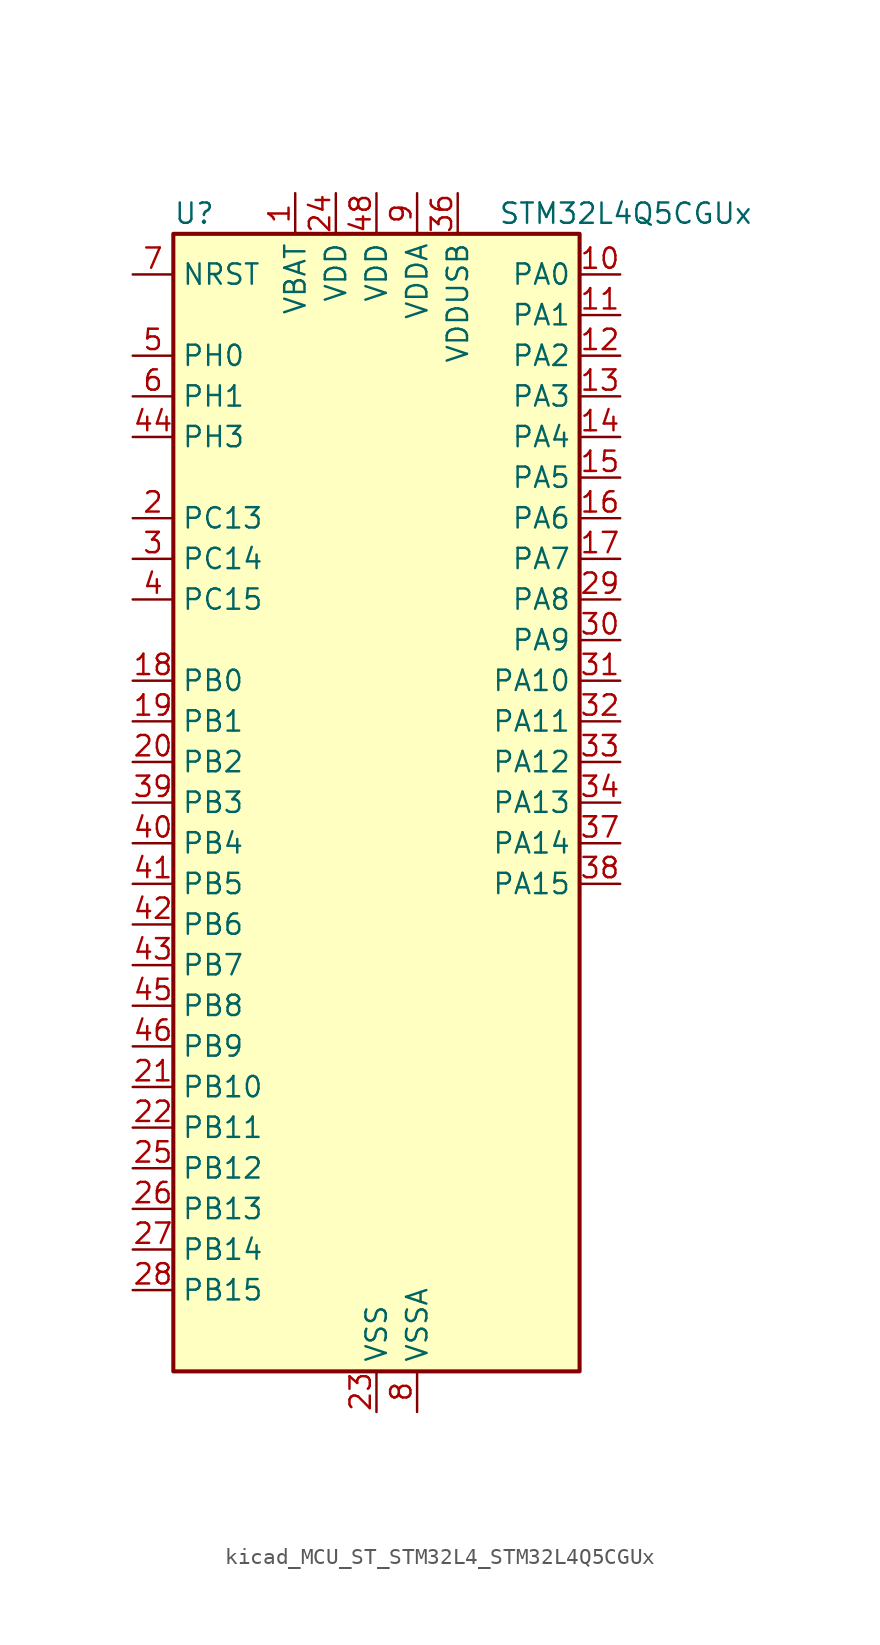
<source format=kicad_sym>
(kicad_symbol_lib
  (version 20220914)
  (generator kicad_symbol_editor)
  (symbol "kicad_MCU_ST_STM32L4_STM32L4Q5CGUx"
    (property "Reference" "U"
      (at -12.7 36.83 0)
      (effects (font (size 1.27 1.27)) (justify left)))
    (property "Value" "STM32L4Q5CGUx"
      (at 7.62 36.83 0)
      (effects (font (size 1.27 1.27)) (justify left)))
    (property "ki_locked" ""
      (at 0 0 0)
      (effects (font (size 1.27 1.27))))
    (symbol "kicad_MCU_ST_STM32L4_STM32L4Q5CGUx_0_1"
      (rectangle (start -12.7 -35.56) (end 12.7 35.56) (stroke (width 0.254) (type default)) (fill (type background))))
    (symbol "kicad_MCU_ST_STM32L4_STM32L4Q5CGUx_1_1"
      (pin power_in line (at -5.08 38.1 270) (length 2.54) (name "VBAT" (effects (font (size 1.27 1.27)))) (number "1" (effects (font (size 1.27 1.27)))))
      (pin bidirectional line (at 15.24 33.02 180) (length 2.54) (name "PA0" (effects (font (size 1.27 1.27)))) (number "10" (effects (font (size 1.27 1.27)))) (alternate "ADC1_IN5" bidirectional line) (alternate "ADC2_IN5" bidirectional line) (alternate "OPAMP1_VINP" bidirectional line) (alternate "RTC_TAMP2" bidirectional line) (alternate "SAI1_EXTCLK" bidirectional line) (alternate "SYS_WKUP1" bidirectional line) (alternate "TIM2_CH1" bidirectional line) (alternate "TIM2_ETR" bidirectional line) (alternate "TIM5_CH1" bidirectional line) (alternate "TIM8_ETR" bidirectional line) (alternate "UART4_TX" bidirectional line) (alternate "USART2_CTS" bidirectional line) (alternate "USART2_NSS" bidirectional line))
      (pin bidirectional line (at 15.24 30.48 180) (length 2.54) (name "PA1" (effects (font (size 1.27 1.27)))) (number "11" (effects (font (size 1.27 1.27)))) (alternate "ADC1_IN6" bidirectional line) (alternate "ADC2_IN6" bidirectional line) (alternate "I2C1_SMBA" bidirectional line) (alternate "OCTOSPIM_P1_DQS" bidirectional line) (alternate "OPAMP1_VINM" bidirectional line) (alternate "SDMMC2_CMD" bidirectional line) (alternate "SPI1_SCK" bidirectional line) (alternate "TIM15_CH1N" bidirectional line) (alternate "TIM2_CH2" bidirectional line) (alternate "TIM5_CH2" bidirectional line) (alternate "UART4_RX" bidirectional line) (alternate "USART2_DE" bidirectional line) (alternate "USART2_RTS" bidirectional line))
      (pin bidirectional line (at 15.24 27.94 180) (length 2.54) (name "PA2" (effects (font (size 1.27 1.27)))) (number "12" (effects (font (size 1.27 1.27)))) (alternate "ADC1_IN7" bidirectional line) (alternate "ADC2_IN7" bidirectional line) (alternate "LPUART1_TX" bidirectional line) (alternate "OCTOSPIM_P1_NCS" bidirectional line) (alternate "RCC_LSCO" bidirectional line) (alternate "SAI2_EXTCLK" bidirectional line) (alternate "SYS_WKUP4" bidirectional line) (alternate "TIM15_CH1" bidirectional line) (alternate "TIM2_CH3" bidirectional line) (alternate "TIM5_CH3" bidirectional line) (alternate "USART2_TX" bidirectional line))
      (pin bidirectional line (at 15.24 25.4 180) (length 2.54) (name "PA3" (effects (font (size 1.27 1.27)))) (number "13" (effects (font (size 1.27 1.27)))) (alternate "ADC1_IN8" bidirectional line) (alternate "ADC2_IN8" bidirectional line) (alternate "LPUART1_RX" bidirectional line) (alternate "OCTOSPIM_P1_CLK" bidirectional line) (alternate "OPAMP1_VOUT" bidirectional line) (alternate "SAI1_CK1" bidirectional line) (alternate "SAI1_MCLK_A" bidirectional line) (alternate "TIM15_CH2" bidirectional line) (alternate "TIM2_CH4" bidirectional line) (alternate "TIM5_CH4" bidirectional line) (alternate "USART2_RX" bidirectional line))
      (pin bidirectional line (at 15.24 22.86 180) (length 2.54) (name "PA4" (effects (font (size 1.27 1.27)))) (number "14" (effects (font (size 1.27 1.27)))) (alternate "ADC1_IN9" bidirectional line) (alternate "ADC2_IN9" bidirectional line) (alternate "DAC1_OUT1" bidirectional line) (alternate "LPTIM2_OUT" bidirectional line) (alternate "LTDC_CLK" bidirectional line) (alternate "OCTOSPIM_P1_NCS" bidirectional line) (alternate "SAI1_FS_B" bidirectional line) (alternate "SPI1_NSS" bidirectional line) (alternate "SPI3_NSS" bidirectional line) (alternate "USART2_CK" bidirectional line))
      (pin bidirectional line (at 15.24 20.32 180) (length 2.54) (name "PA5" (effects (font (size 1.27 1.27)))) (number "15" (effects (font (size 1.27 1.27)))) (alternate "ADC1_IN10" bidirectional line) (alternate "ADC2_IN10" bidirectional line) (alternate "DAC1_OUT2" bidirectional line) (alternate "LPTIM2_ETR" bidirectional line) (alternate "LTDC_R7" bidirectional line) (alternate "SPI1_SCK" bidirectional line) (alternate "TIM2_CH1" bidirectional line) (alternate "TIM2_ETR" bidirectional line) (alternate "TIM8_CH1N" bidirectional line))
      (pin bidirectional line (at 15.24 17.78 180) (length 2.54) (name "PA6" (effects (font (size 1.27 1.27)))) (number "16" (effects (font (size 1.27 1.27)))) (alternate "ADC1_IN11" bidirectional line) (alternate "ADC2_IN11" bidirectional line) (alternate "LPUART1_CTS" bidirectional line) (alternate "OCTOSPIM_P1_IO3" bidirectional line) (alternate "OPAMP2_VINP" bidirectional line) (alternate "SPI1_MISO" bidirectional line) (alternate "TIM16_CH1" bidirectional line) (alternate "TIM1_BKIN" bidirectional line) (alternate "TIM3_CH1" bidirectional line) (alternate "TIM8_BKIN" bidirectional line) (alternate "USART3_CTS" bidirectional line) (alternate "USART3_NSS" bidirectional line))
      (pin bidirectional line (at 15.24 15.24 180) (length 2.54) (name "PA7" (effects (font (size 1.27 1.27)))) (number "17" (effects (font (size 1.27 1.27)))) (alternate "ADC1_IN12" bidirectional line) (alternate "ADC2_IN12" bidirectional line) (alternate "I2C3_SCL" bidirectional line) (alternate "OCTOSPIM_P1_IO2" bidirectional line) (alternate "OPAMP2_VINM" bidirectional line) (alternate "SPI1_MOSI" bidirectional line) (alternate "TIM17_CH1" bidirectional line) (alternate "TIM1_CH1N" bidirectional line) (alternate "TIM3_CH2" bidirectional line) (alternate "TIM8_CH1N" bidirectional line))
      (pin bidirectional line (at -15.24 7.62 0) (length 2.54) (name "PB0" (effects (font (size 1.27 1.27)))) (number "18" (effects (font (size 1.27 1.27)))) (alternate "ADC1_IN15" bidirectional line) (alternate "ADC2_IN15" bidirectional line) (alternate "COMP1_OUT" bidirectional line) (alternate "LTDC_B6" bidirectional line) (alternate "OCTOSPIM_P1_IO1" bidirectional line) (alternate "OPAMP2_VOUT" bidirectional line) (alternate "SAI1_EXTCLK" bidirectional line) (alternate "SPI1_NSS" bidirectional line) (alternate "TIM1_CH2N" bidirectional line) (alternate "TIM3_CH3" bidirectional line) (alternate "TIM8_CH2N" bidirectional line) (alternate "USART3_CK" bidirectional line))
      (pin bidirectional line (at -15.24 5.08 0) (length 2.54) (name "PB1" (effects (font (size 1.27 1.27)))) (number "19" (effects (font (size 1.27 1.27)))) (alternate "ADC1_IN16" bidirectional line) (alternate "ADC2_IN16" bidirectional line) (alternate "COMP1_INM" bidirectional line) (alternate "DFSDM1_DATIN0" bidirectional line) (alternate "LPTIM2_IN1" bidirectional line) (alternate "LPUART1_DE" bidirectional line) (alternate "LPUART1_RTS" bidirectional line) (alternate "LTDC_G6" bidirectional line) (alternate "OCTOSPIM_P1_IO0" bidirectional line) (alternate "TIM1_CH3N" bidirectional line) (alternate "TIM3_CH4" bidirectional line) (alternate "TIM8_CH3N" bidirectional line) (alternate "USART3_DE" bidirectional line) (alternate "USART3_RTS" bidirectional line))
      (pin bidirectional line (at -15.24 17.78 0) (length 2.54) (name "PC13" (effects (font (size 1.27 1.27)))) (number "2" (effects (font (size 1.27 1.27)))) (alternate "RTC_OUT1" bidirectional line) (alternate "RTC_TAMP1" bidirectional line) (alternate "RTC_TS" bidirectional line) (alternate "SYS_WKUP2" bidirectional line))
      (pin bidirectional line (at -15.24 2.54 0) (length 2.54) (name "PB2" (effects (font (size 1.27 1.27)))) (number "20" (effects (font (size 1.27 1.27)))) (alternate "COMP1_INP" bidirectional line) (alternate "DFSDM1_CKIN0" bidirectional line) (alternate "I2C3_SMBA" bidirectional line) (alternate "LPTIM1_OUT" bidirectional line) (alternate "OCTOSPIM_P1_DQS" bidirectional line) (alternate "RTC_OUT2" bidirectional line))
      (pin bidirectional line (at -15.24 -17.78 0) (length 2.54) (name "PB10" (effects (font (size 1.27 1.27)))) (number "21" (effects (font (size 1.27 1.27)))) (alternate "COMP1_OUT" bidirectional line) (alternate "I2C2_SCL" bidirectional line) (alternate "I2C4_SCL" bidirectional line) (alternate "LPUART1_RX" bidirectional line) (alternate "OCTOSPIM_P1_CLK" bidirectional line) (alternate "OCTOSPIM_P1_IO3" bidirectional line) (alternate "SAI1_SCK_A" bidirectional line) (alternate "SPI2_SCK" bidirectional line) (alternate "TIM2_CH3" bidirectional line) (alternate "TSC_SYNC" bidirectional line) (alternate "USART3_TX" bidirectional line))
      (pin bidirectional line (at -15.24 -20.32 0) (length 2.54) (name "PB11" (effects (font (size 1.27 1.27)))) (number "22" (effects (font (size 1.27 1.27)))) (alternate "ADC1_EXTI11" bidirectional line) (alternate "ADC2_EXTI11" bidirectional line) (alternate "COMP2_OUT" bidirectional line) (alternate "I2C2_SDA" bidirectional line) (alternate "I2C4_SDA" bidirectional line) (alternate "LPUART1_TX" bidirectional line) (alternate "LTDC_VSYNC" bidirectional line) (alternate "OCTOSPIM_P1_NCS" bidirectional line) (alternate "TIM2_CH4" bidirectional line) (alternate "USART3_RX" bidirectional line))
      (pin power_in line (at 0 -38.1 90) (length 2.54) (name "VSS" (effects (font (size 1.27 1.27)))) (number "23" (effects (font (size 1.27 1.27)))))
      (pin power_in line (at -2.54 38.1 270) (length 2.54) (name "VDD" (effects (font (size 1.27 1.27)))) (number "24" (effects (font (size 1.27 1.27)))))
      (pin bidirectional line (at -15.24 -22.86 0) (length 2.54) (name "PB12" (effects (font (size 1.27 1.27)))) (number "25" (effects (font (size 1.27 1.27)))) (alternate "DFSDM1_DATIN1" bidirectional line) (alternate "I2C2_SMBA" bidirectional line) (alternate "LPUART1_DE" bidirectional line) (alternate "LPUART1_RTS" bidirectional line) (alternate "OCTOSPIM_P1_NCLK" bidirectional line) (alternate "SAI2_FS_A" bidirectional line) (alternate "SDMMC2_CK" bidirectional line) (alternate "SPI2_NSS" bidirectional line) (alternate "TIM15_BKIN" bidirectional line) (alternate "TIM1_BKIN" bidirectional line) (alternate "TSC_G1_IO1" bidirectional line) (alternate "USART3_CK" bidirectional line))
      (pin bidirectional line (at -15.24 -25.4 0) (length 2.54) (name "PB13" (effects (font (size 1.27 1.27)))) (number "26" (effects (font (size 1.27 1.27)))) (alternate "DFSDM1_CKIN1" bidirectional line) (alternate "I2C2_SCL" bidirectional line) (alternate "LPUART1_CTS" bidirectional line) (alternate "OCTOSPIM_P1_IO1" bidirectional line) (alternate "SAI2_SCK_A" bidirectional line) (alternate "SPI2_SCK" bidirectional line) (alternate "TIM15_CH1N" bidirectional line) (alternate "TIM1_CH1N" bidirectional line) (alternate "TSC_G1_IO2" bidirectional line) (alternate "USART3_CTS" bidirectional line) (alternate "USART3_NSS" bidirectional line))
      (pin bidirectional line (at -15.24 -27.94 0) (length 2.54) (name "PB14" (effects (font (size 1.27 1.27)))) (number "27" (effects (font (size 1.27 1.27)))) (alternate "DFSDM1_DATIN2" bidirectional line) (alternate "I2C2_SDA" bidirectional line) (alternate "OCTOSPIM_P1_IO6" bidirectional line) (alternate "SAI2_MCLK_A" bidirectional line) (alternate "SDMMC2_D0" bidirectional line) (alternate "SPI2_MISO" bidirectional line) (alternate "TIM15_CH1" bidirectional line) (alternate "TIM1_CH2N" bidirectional line) (alternate "TIM8_CH2N" bidirectional line) (alternate "TSC_G1_IO3" bidirectional line) (alternate "USART3_DE" bidirectional line) (alternate "USART3_RTS" bidirectional line))
      (pin bidirectional line (at -15.24 -30.48 0) (length 2.54) (name "PB15" (effects (font (size 1.27 1.27)))) (number "28" (effects (font (size 1.27 1.27)))) (alternate "ADC1_EXTI15" bidirectional line) (alternate "ADC2_EXTI15" bidirectional line) (alternate "DFSDM1_CKIN2" bidirectional line) (alternate "OCTOSPIM_P1_IO7" bidirectional line) (alternate "RTC_REFIN" bidirectional line) (alternate "SAI2_SD_A" bidirectional line) (alternate "SDMMC2_D1" bidirectional line) (alternate "SPI2_MOSI" bidirectional line) (alternate "TIM15_CH2" bidirectional line) (alternate "TIM1_CH3N" bidirectional line) (alternate "TIM8_CH3N" bidirectional line) (alternate "TSC_G1_IO4" bidirectional line))
      (pin bidirectional line (at 15.24 12.7 180) (length 2.54) (name "PA8" (effects (font (size 1.27 1.27)))) (number "29" (effects (font (size 1.27 1.27)))) (alternate "LPTIM2_OUT" bidirectional line) (alternate "LTDC_B7" bidirectional line) (alternate "RCC_MCO" bidirectional line) (alternate "SAI1_CK2" bidirectional line) (alternate "SAI1_SCK_A" bidirectional line) (alternate "TIM1_CH1" bidirectional line) (alternate "USART1_CK" bidirectional line) (alternate "USB_OTG_FS_SOF" bidirectional line))
      (pin bidirectional line (at -15.24 15.24 0) (length 2.54) (name "PC14" (effects (font (size 1.27 1.27)))) (number "3" (effects (font (size 1.27 1.27)))) (alternate "RCC_OSC32_IN" bidirectional line))
      (pin bidirectional line (at 15.24 10.16 180) (length 2.54) (name "PA9" (effects (font (size 1.27 1.27)))) (number "30" (effects (font (size 1.27 1.27)))) (alternate "DAC1_EXTI9" bidirectional line) (alternate "LTDC_G7" bidirectional line) (alternate "SAI1_FS_A" bidirectional line) (alternate "SPI2_SCK" bidirectional line) (alternate "TIM15_BKIN" bidirectional line) (alternate "TIM1_CH2" bidirectional line) (alternate "USART1_TX" bidirectional line) (alternate "USB_OTG_FS_VBUS" bidirectional line))
      (pin bidirectional line (at 15.24 7.62 180) (length 2.54) (name "PA10" (effects (font (size 1.27 1.27)))) (number "31" (effects (font (size 1.27 1.27)))) (alternate "LTDC_G6" bidirectional line) (alternate "SAI1_D1" bidirectional line) (alternate "SAI1_SD_A" bidirectional line) (alternate "TIM17_BKIN" bidirectional line) (alternate "TIM1_CH3" bidirectional line) (alternate "USART1_RX" bidirectional line) (alternate "USB_OTG_FS_ID" bidirectional line))
      (pin bidirectional line (at 15.24 5.08 180) (length 2.54) (name "PA11" (effects (font (size 1.27 1.27)))) (number "32" (effects (font (size 1.27 1.27)))) (alternate "ADC1_EXTI11" bidirectional line) (alternate "ADC2_EXTI11" bidirectional line) (alternate "CAN1_RX" bidirectional line) (alternate "LTDC_DE" bidirectional line) (alternate "SPI1_MISO" bidirectional line) (alternate "TIM1_BKIN2" bidirectional line) (alternate "TIM1_CH4" bidirectional line) (alternate "USART1_CTS" bidirectional line) (alternate "USART1_NSS" bidirectional line) (alternate "USB_OTG_FS_DM" bidirectional line))
      (pin bidirectional line (at 15.24 2.54 180) (length 2.54) (name "PA12" (effects (font (size 1.27 1.27)))) (number "33" (effects (font (size 1.27 1.27)))) (alternate "CAN1_TX" bidirectional line) (alternate "LTDC_VSYNC" bidirectional line) (alternate "OCTOSPIM_P2_NCS" bidirectional line) (alternate "SPI1_MOSI" bidirectional line) (alternate "TIM1_ETR" bidirectional line) (alternate "USART1_DE" bidirectional line) (alternate "USART1_RTS" bidirectional line) (alternate "USB_OTG_FS_DP" bidirectional line))
      (pin bidirectional line (at 15.24 0 180) (length 2.54) (name "PA13" (effects (font (size 1.27 1.27)))) (number "34" (effects (font (size 1.27 1.27)))) (alternate "IR_OUT" bidirectional line) (alternate "SAI1_SD_B" bidirectional line) (alternate "SYS_JTMS-SWDIO" bidirectional line) (alternate "USB_OTG_FS_NOE" bidirectional line))
      (pin passive line (at 0 -38.1 90) (length 2.54) hide (name "VSS" (effects (font (size 1.27 1.27)))) (number "35" (effects (font (size 1.27 1.27)))))
      (pin power_in line (at 5.08 38.1 270) (length 2.54) (name "VDDUSB" (effects (font (size 1.27 1.27)))) (number "36" (effects (font (size 1.27 1.27)))))
      (pin bidirectional line (at 15.24 -2.54 180) (length 2.54) (name "PA14" (effects (font (size 1.27 1.27)))) (number "37" (effects (font (size 1.27 1.27)))) (alternate "I2C1_SMBA" bidirectional line) (alternate "I2C4_SMBA" bidirectional line) (alternate "LPTIM1_OUT" bidirectional line) (alternate "SAI1_FS_B" bidirectional line) (alternate "SYS_JTCK-SWCLK" bidirectional line) (alternate "USB_OTG_FS_SOF" bidirectional line))
      (pin bidirectional line (at 15.24 -5.08 180) (length 2.54) (name "PA15" (effects (font (size 1.27 1.27)))) (number "38" (effects (font (size 1.27 1.27)))) (alternate "ADC1_EXTI15" bidirectional line) (alternate "ADC2_EXTI15" bidirectional line) (alternate "LTDC_HSYNC" bidirectional line) (alternate "SAI2_FS_B" bidirectional line) (alternate "SPI1_NSS" bidirectional line) (alternate "SPI3_NSS" bidirectional line) (alternate "SYS_JTDI" bidirectional line) (alternate "TIM2_CH1" bidirectional line) (alternate "TIM2_ETR" bidirectional line) (alternate "TSC_G3_IO1" bidirectional line) (alternate "UART4_DE" bidirectional line) (alternate "UART4_RTS" bidirectional line) (alternate "USART2_RX" bidirectional line) (alternate "USART3_DE" bidirectional line) (alternate "USART3_RTS" bidirectional line))
      (pin bidirectional line (at -15.24 0 0) (length 2.54) (name "PB3" (effects (font (size 1.27 1.27)))) (number "39" (effects (font (size 1.27 1.27)))) (alternate "COMP2_INM" bidirectional line) (alternate "CRS_SYNC" bidirectional line) (alternate "OCTOSPIM_P1_IO4" bidirectional line) (alternate "SAI1_SCK_B" bidirectional line) (alternate "SDMMC2_D2" bidirectional line) (alternate "SPI1_SCK" bidirectional line) (alternate "SPI3_SCK" bidirectional line) (alternate "SYS_JTDO-SWO" bidirectional line) (alternate "TIM2_CH2" bidirectional line) (alternate "USART1_DE" bidirectional line) (alternate "USART1_RTS" bidirectional line))
      (pin bidirectional line (at -15.24 12.7 0) (length 2.54) (name "PC15" (effects (font (size 1.27 1.27)))) (number "4" (effects (font (size 1.27 1.27)))) (alternate "ADC1_EXTI15" bidirectional line) (alternate "ADC2_EXTI15" bidirectional line) (alternate "RCC_OSC32_OUT" bidirectional line))
      (pin bidirectional line (at -15.24 -2.54 0) (length 2.54) (name "PB4" (effects (font (size 1.27 1.27)))) (number "40" (effects (font (size 1.27 1.27)))) (alternate "COMP2_INP" bidirectional line) (alternate "I2C3_SDA" bidirectional line) (alternate "OCTOSPIM_P1_IO5" bidirectional line) (alternate "SAI1_MCLK_B" bidirectional line) (alternate "SDMMC2_D3" bidirectional line) (alternate "SPI1_MISO" bidirectional line) (alternate "SPI3_MISO" bidirectional line) (alternate "SYS_JTRST" bidirectional line) (alternate "TIM17_BKIN" bidirectional line) (alternate "TIM3_CH1" bidirectional line) (alternate "TSC_G2_IO1" bidirectional line) (alternate "USART1_CTS" bidirectional line) (alternate "USART1_NSS" bidirectional line))
      (pin bidirectional line (at -15.24 -5.08 0) (length 2.54) (name "PB5" (effects (font (size 1.27 1.27)))) (number "41" (effects (font (size 1.27 1.27)))) (alternate "COMP2_OUT" bidirectional line) (alternate "I2C1_SMBA" bidirectional line) (alternate "LPTIM1_IN1" bidirectional line) (alternate "OCTOSPIM_P1_IO0" bidirectional line) (alternate "SAI1_SD_B" bidirectional line) (alternate "SPI1_MOSI" bidirectional line) (alternate "SPI3_MOSI" bidirectional line) (alternate "TIM16_BKIN" bidirectional line) (alternate "TIM3_CH2" bidirectional line) (alternate "TSC_G2_IO2" bidirectional line) (alternate "USART1_CK" bidirectional line))
      (pin bidirectional line (at -15.24 -7.62 0) (length 2.54) (name "PB6" (effects (font (size 1.27 1.27)))) (number "42" (effects (font (size 1.27 1.27)))) (alternate "COMP2_INP" bidirectional line) (alternate "I2C1_SCL" bidirectional line) (alternate "I2C4_SCL" bidirectional line) (alternate "LPTIM1_ETR" bidirectional line) (alternate "LTDC_R6" bidirectional line) (alternate "SAI1_FS_B" bidirectional line) (alternate "TIM16_CH1N" bidirectional line) (alternate "TIM4_CH1" bidirectional line) (alternate "TIM8_BKIN2" bidirectional line) (alternate "TSC_G2_IO3" bidirectional line) (alternate "USART1_TX" bidirectional line))
      (pin bidirectional line (at -15.24 -10.16 0) (length 2.54) (name "PB7" (effects (font (size 1.27 1.27)))) (number "43" (effects (font (size 1.27 1.27)))) (alternate "COMP2_INM" bidirectional line) (alternate "I2C1_SDA" bidirectional line) (alternate "I2C4_SDA" bidirectional line) (alternate "LPTIM1_IN2" bidirectional line) (alternate "LTDC_VSYNC" bidirectional line) (alternate "SYS_PVD_IN" bidirectional line) (alternate "TIM17_CH1N" bidirectional line) (alternate "TIM4_CH2" bidirectional line) (alternate "TIM8_BKIN" bidirectional line) (alternate "TSC_G2_IO4" bidirectional line) (alternate "UART4_CTS" bidirectional line) (alternate "USART1_RX" bidirectional line))
      (pin bidirectional line (at -15.24 22.86 0) (length 2.54) (name "PH3" (effects (font (size 1.27 1.27)))) (number "44" (effects (font (size 1.27 1.27)))))
      (pin bidirectional line (at -15.24 -12.7 0) (length 2.54) (name "PB8" (effects (font (size 1.27 1.27)))) (number "45" (effects (font (size 1.27 1.27)))) (alternate "CAN1_RX" bidirectional line) (alternate "DFSDM1_CKOUT" bidirectional line) (alternate "I2C1_SCL" bidirectional line) (alternate "LTDC_DE" bidirectional line) (alternate "SAI1_CK1" bidirectional line) (alternate "SAI1_MCLK_A" bidirectional line) (alternate "SDMMC2_D4" bidirectional line) (alternate "TIM16_CH1" bidirectional line) (alternate "TIM4_CH3" bidirectional line))
      (pin bidirectional line (at -15.24 -15.24 0) (length 2.54) (name "PB9" (effects (font (size 1.27 1.27)))) (number "46" (effects (font (size 1.27 1.27)))) (alternate "CAN1_TX" bidirectional line) (alternate "DAC1_EXTI9" bidirectional line) (alternate "I2C1_SDA" bidirectional line) (alternate "IR_OUT" bidirectional line) (alternate "SAI1_D2" bidirectional line) (alternate "SAI1_FS_A" bidirectional line) (alternate "SDMMC2_D5" bidirectional line) (alternate "SPI2_NSS" bidirectional line) (alternate "TIM17_CH1" bidirectional line) (alternate "TIM4_CH4" bidirectional line))
      (pin passive line (at 0 -38.1 90) (length 2.54) hide (name "VSS" (effects (font (size 1.27 1.27)))) (number "47" (effects (font (size 1.27 1.27)))))
      (pin power_in line (at 0 38.1 270) (length 2.54) (name "VDD" (effects (font (size 1.27 1.27)))) (number "48" (effects (font (size 1.27 1.27)))))
      (pin passive line (at 0 -38.1 90) (length 2.54) hide (name "VSS" (effects (font (size 1.27 1.27)))) (number "49" (effects (font (size 1.27 1.27)))))
      (pin bidirectional line (at -15.24 27.94 0) (length 2.54) (name "PH0" (effects (font (size 1.27 1.27)))) (number "5" (effects (font (size 1.27 1.27)))) (alternate "RCC_OSC_IN" bidirectional line))
      (pin bidirectional line (at -15.24 25.4 0) (length 2.54) (name "PH1" (effects (font (size 1.27 1.27)))) (number "6" (effects (font (size 1.27 1.27)))) (alternate "RCC_OSC_OUT" bidirectional line))
      (pin input line (at -15.24 33.02 0) (length 2.54) (name "NRST" (effects (font (size 1.27 1.27)))) (number "7" (effects (font (size 1.27 1.27)))))
      (pin power_in line (at 2.54 -38.1 90) (length 2.54) (name "VSSA" (effects (font (size 1.27 1.27)))) (number "8" (effects (font (size 1.27 1.27)))))
      (pin power_in line (at 2.54 38.1 270) (length 2.54) (name "VDDA" (effects (font (size 1.27 1.27)))) (number "9" (effects (font (size 1.27 1.27))))))))
</source>
